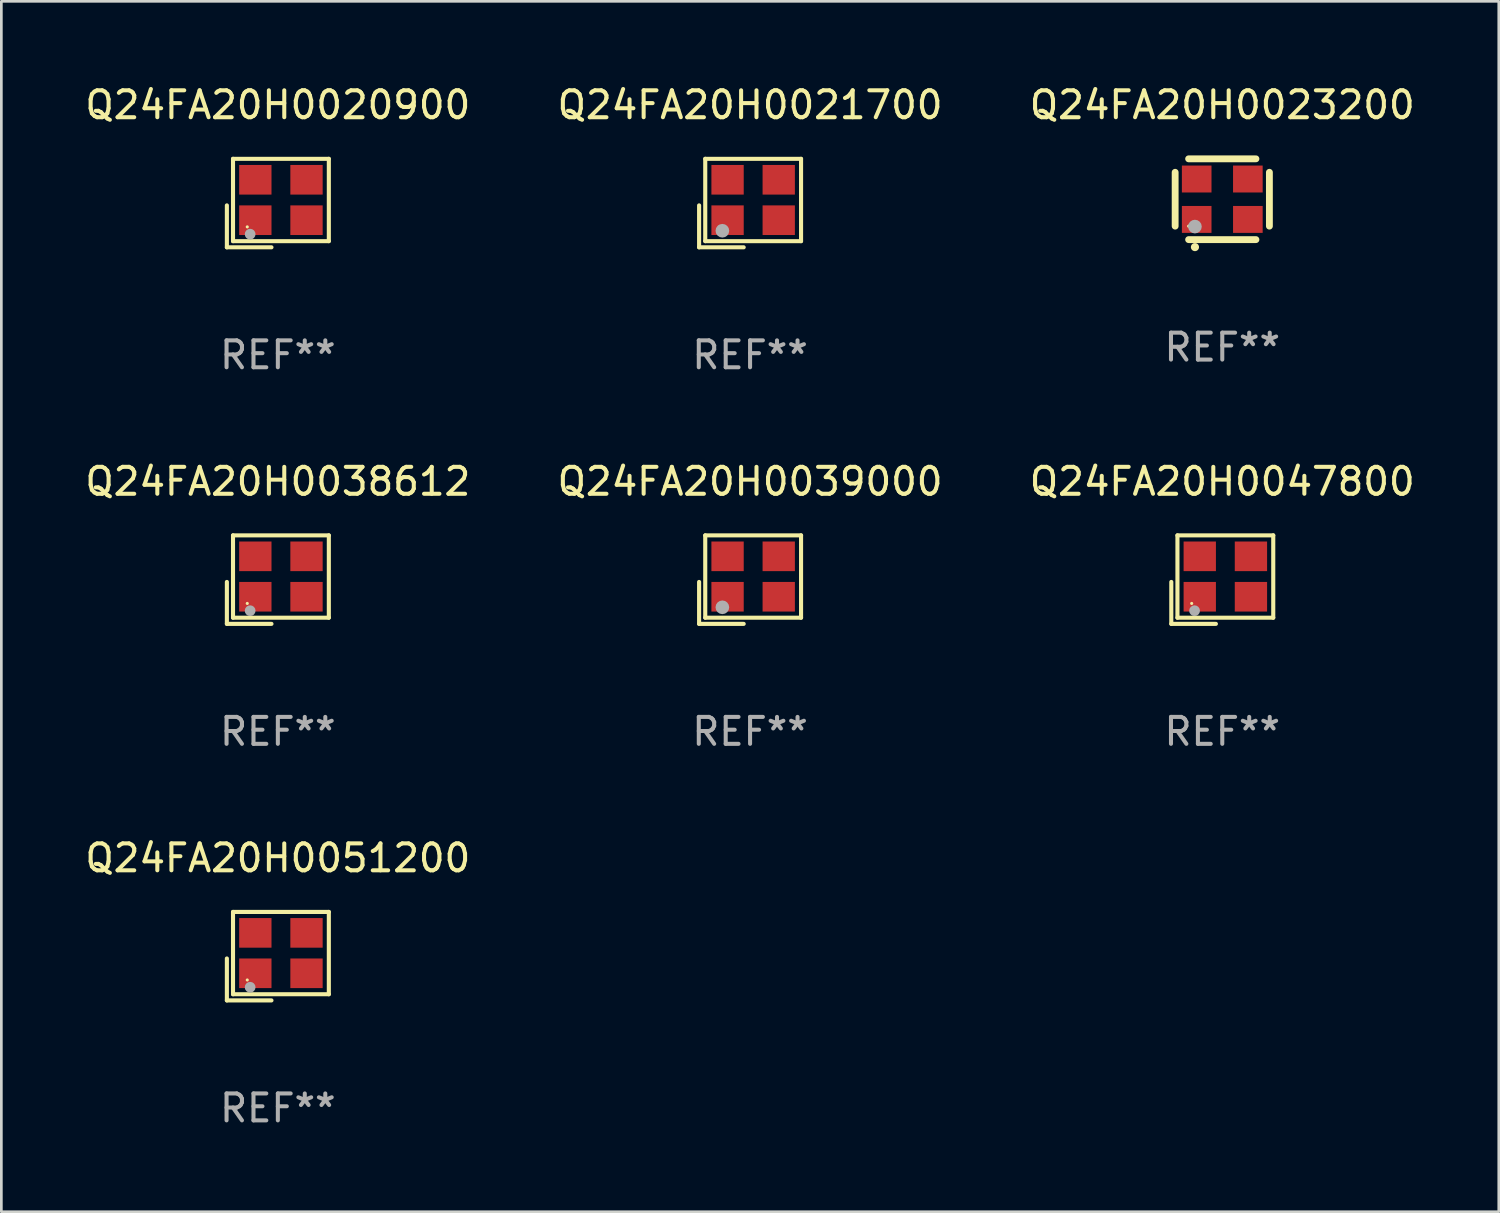
<source format=kicad_pcb>
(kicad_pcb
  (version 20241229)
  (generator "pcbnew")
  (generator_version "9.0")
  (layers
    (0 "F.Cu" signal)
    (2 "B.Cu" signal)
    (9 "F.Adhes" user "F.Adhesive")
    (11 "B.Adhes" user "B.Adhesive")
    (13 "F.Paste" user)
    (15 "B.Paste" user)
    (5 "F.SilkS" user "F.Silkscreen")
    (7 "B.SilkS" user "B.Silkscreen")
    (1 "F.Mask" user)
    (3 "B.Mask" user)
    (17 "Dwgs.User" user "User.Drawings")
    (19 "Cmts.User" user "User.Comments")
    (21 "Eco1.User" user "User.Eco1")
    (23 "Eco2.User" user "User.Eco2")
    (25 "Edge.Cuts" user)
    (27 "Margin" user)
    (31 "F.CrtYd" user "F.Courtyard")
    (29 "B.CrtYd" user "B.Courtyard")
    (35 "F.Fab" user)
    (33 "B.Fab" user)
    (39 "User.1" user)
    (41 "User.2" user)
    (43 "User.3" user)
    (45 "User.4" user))
  (footprint "Q24FA20H0047800"
    (layer "F.Cu")
    (at 42.339 18.474)
    (property "Reference" "Q24FA20H0047800" (at 0 -3.643 0) (layer "F.SilkS") (effects (font (size 1 1) (thickness 0.15))))
    (attr through_hole)
    (fp_line (start -1.893 0.086) (end -1.893 1.643) (stroke (width 0.152) (type solid)) (layer "F.SilkS"))
    (fp_line (start -1.893 1.643) (end -0.237 1.643) (stroke (width 0.152) (type solid)) (layer "F.SilkS"))
    (fp_line (start -1.665 -1.643) (end 1.893 -1.643) (stroke (width 0.152) (type solid)) (layer "F.SilkS"))
    (fp_line (start -1.665 1.414) (end -1.665 -1.643) (stroke (width 0.152) (type solid)) (layer "F.SilkS"))
    (fp_line (start 1.893 -1.643) (end 1.893 1.414) (stroke (width 0.152) (type solid)) (layer "F.SilkS"))
    (fp_line (start 1.893 1.414) (end -1.665 1.414) (stroke (width 0.152) (type solid)) (layer "F.SilkS"))
    (fp_circle (center -1.136 0.885) (end -1.106 0.885) (stroke (width 0.06) (type solid)) (fill no) (layer "F.SilkS"))
    (fp_circle (center -1.029 1.155) (end -0.929 1.155) (stroke (width 0.2) (type solid)) (fill no) (layer "F.Fab"))
    (fp_text user "REF**" (at 0 5.643 0) (layer "F.Fab") (effects (font (size 1 1) (thickness 0.15))))
    (pad "1" smd rect (at -0.836 0.636) (size 1.2 1.1) (layers "F.Cu" "F.Mask" "F.Paste"))
    (pad "2" smd rect (at 1.064 0.636) (size 1.2 1.1) (layers "F.Cu" "F.Mask" "F.Paste"))
    (pad "3" smd rect (at 1.064 -0.865) (size 1.2 1.1) (layers "F.Cu" "F.Mask" "F.Paste"))
    (pad "4" smd rect (at -0.836 -0.865) (size 1.2 1.1) (layers "F.Cu" "F.Mask" "F.Paste")))
  (footprint "Q24FA20H0020900"
    (layer "F.Cu")
    (at 7.268 4.491)
    (property "Reference" "Q24FA20H0020900" (at 0 -3.643 0) (layer "F.SilkS") (effects (font (size 1 1) (thickness 0.15))))
    (attr through_hole)
    (fp_line (start -1.893 0.086) (end -1.893 1.643) (stroke (width 0.152) (type solid)) (layer "F.SilkS"))
    (fp_line (start -1.893 1.643) (end -0.237 1.643) (stroke (width 0.152) (type solid)) (layer "F.SilkS"))
    (fp_line (start -1.665 -1.643) (end 1.893 -1.643) (stroke (width 0.152) (type solid)) (layer "F.SilkS"))
    (fp_line (start -1.665 1.414) (end -1.665 -1.643) (stroke (width 0.152) (type solid)) (layer "F.SilkS"))
    (fp_line (start 1.893 -1.643) (end 1.893 1.414) (stroke (width 0.152) (type solid)) (layer "F.SilkS"))
    (fp_line (start 1.893 1.414) (end -1.665 1.414) (stroke (width 0.152) (type solid)) (layer "F.SilkS"))
    (fp_circle (center -1.136 0.885) (end -1.106 0.885) (stroke (width 0.06) (type solid)) (fill no) (layer "F.SilkS"))
    (fp_circle (center -1.029 1.155) (end -0.929 1.155) (stroke (width 0.2) (type solid)) (fill no) (layer "F.Fab"))
    (fp_text user "REF**" (at 0 5.643 0) (layer "F.Fab") (effects (font (size 1 1) (thickness 0.15))))
    (pad "1" smd rect (at -0.836 0.636) (size 1.2 1.1) (layers "F.Cu" "F.Mask" "F.Paste"))
    (pad "2" smd rect (at 1.064 0.636) (size 1.2 1.1) (layers "F.Cu" "F.Mask" "F.Paste"))
    (pad "3" smd rect (at 1.064 -0.865) (size 1.2 1.1) (layers "F.Cu" "F.Mask" "F.Paste"))
    (pad "4" smd rect (at -0.836 -0.865) (size 1.2 1.1) (layers "F.Cu" "F.Mask" "F.Paste")))
  (footprint "Q24FA20H0023200"
    (layer "F.Cu")
    (at 42.339 4.348)
    (property "Reference" "Q24FA20H0023200" (at 0 -3.5 0) (layer "F.SilkS") (effects (font (size 1 1) (thickness 0.15))))
    (attr through_hole)
    (fp_line (start -1.75 -1) (end -1.75 1) (stroke (width 0.254) (type solid)) (layer "F.SilkS"))
    (fp_line (start -1.25 -1.5) (end 1.25 -1.5) (stroke (width 0.254) (type solid)) (layer "F.SilkS"))
    (fp_line (start -1.25 1.5) (end 1.25 1.5) (stroke (width 0.254) (type solid)) (layer "F.SilkS"))
    (fp_line (start 1.75 -1) (end 1.75 1) (stroke (width 0.254) (type solid)) (layer "F.SilkS"))
    (fp_arc (start -1.016002 1.778004) (mid -1.014732 1.777999) (end -1.013462 1.778004) (stroke (width 0.3) (type solid)) (layer "F.SilkS"))
    (fp_circle (center -1.25 1) (end -1.22 1) (stroke (width 0.06) (type solid)) (fill no) (layer "F.SilkS"))
    (fp_circle (center -1.016 1.016) (end -0.889 1.016) (stroke (width 0.254) (type solid)) (fill no) (layer "F.Fab"))
    (fp_text user "REF**" (at 0 5.5 0) (layer "F.Fab") (effects (font (size 1 1) (thickness 0.15))))
    (pad "1" smd rect (at -0.95 0.75) (size 1.1 1) (layers "F.Cu" "F.Mask" "F.Paste"))
    (pad "2" smd rect (at 0.95 0.75) (size 1.1 1) (layers "F.Cu" "F.Mask" "F.Paste"))
    (pad "3" smd rect (at 0.95 -0.75) (size 1.1 1) (layers "F.Cu" "F.Mask" "F.Paste"))
    (pad "4" smd rect (at -0.95 -0.75) (size 1.1 1) (layers "F.Cu" "F.Mask" "F.Paste")))
  (footprint "Q24FA20H0038612"
    (layer "F.Cu")
    (at 7.268 18.474)
    (property "Reference" "Q24FA20H0038612" (at 0 -3.643 0) (layer "F.SilkS") (effects (font (size 1 1) (thickness 0.15))))
    (attr through_hole)
    (fp_line (start -1.893 0.086) (end -1.893 1.643) (stroke (width 0.152) (type solid)) (layer "F.SilkS"))
    (fp_line (start -1.893 1.643) (end -0.237 1.643) (stroke (width 0.152) (type solid)) (layer "F.SilkS"))
    (fp_line (start -1.665 -1.643) (end 1.893 -1.643) (stroke (width 0.152) (type solid)) (layer "F.SilkS"))
    (fp_line (start -1.665 1.414) (end -1.665 -1.643) (stroke (width 0.152) (type solid)) (layer "F.SilkS"))
    (fp_line (start 1.893 -1.643) (end 1.893 1.414) (stroke (width 0.152) (type solid)) (layer "F.SilkS"))
    (fp_line (start 1.893 1.414) (end -1.665 1.414) (stroke (width 0.152) (type solid)) (layer "F.SilkS"))
    (fp_circle (center -1.136 0.885) (end -1.106 0.885) (stroke (width 0.06) (type solid)) (fill no) (layer "F.SilkS"))
    (fp_circle (center -1.029 1.155) (end -0.929 1.155) (stroke (width 0.2) (type solid)) (fill no) (layer "F.Fab"))
    (fp_text user "REF**" (at 0 5.643 0) (layer "F.Fab") (effects (font (size 1 1) (thickness 0.15))))
    (pad "1" smd rect (at -0.836 0.636) (size 1.2 1.1) (layers "F.Cu" "F.Mask" "F.Paste"))
    (pad "2" smd rect (at 1.064 0.636) (size 1.2 1.1) (layers "F.Cu" "F.Mask" "F.Paste"))
    (pad "3" smd rect (at 1.064 -0.865) (size 1.2 1.1) (layers "F.Cu" "F.Mask" "F.Paste"))
    (pad "4" smd rect (at -0.836 -0.865) (size 1.2 1.1) (layers "F.Cu" "F.Mask" "F.Paste")))
  (footprint "Q24FA20H0051200"
    (layer "F.Cu")
    (at 7.268 32.457)
    (property "Reference" "Q24FA20H0051200" (at 0 -3.643 0) (layer "F.SilkS") (effects (font (size 1 1) (thickness 0.15))))
    (attr through_hole)
    (fp_line (start -1.893 0.086) (end -1.893 1.643) (stroke (width 0.152) (type solid)) (layer "F.SilkS"))
    (fp_line (start -1.893 1.643) (end -0.237 1.643) (stroke (width 0.152) (type solid)) (layer "F.SilkS"))
    (fp_line (start -1.665 -1.643) (end 1.893 -1.643) (stroke (width 0.152) (type solid)) (layer "F.SilkS"))
    (fp_line (start -1.665 1.414) (end -1.665 -1.643) (stroke (width 0.152) (type solid)) (layer "F.SilkS"))
    (fp_line (start 1.893 -1.643) (end 1.893 1.414) (stroke (width 0.152) (type solid)) (layer "F.SilkS"))
    (fp_line (start 1.893 1.414) (end -1.665 1.414) (stroke (width 0.152) (type solid)) (layer "F.SilkS"))
    (fp_circle (center -1.136 0.885) (end -1.106 0.885) (stroke (width 0.06) (type solid)) (fill no) (layer "F.SilkS"))
    (fp_circle (center -1.029 1.155) (end -0.929 1.155) (stroke (width 0.2) (type solid)) (fill no) (layer "F.Fab"))
    (fp_text user "REF**" (at 0 5.643 0) (layer "F.Fab") (effects (font (size 1 1) (thickness 0.15))))
    (pad "1" smd rect (at -0.836 0.636) (size 1.2 1.1) (layers "F.Cu" "F.Mask" "F.Paste"))
    (pad "2" smd rect (at 1.064 0.636) (size 1.2 1.1) (layers "F.Cu" "F.Mask" "F.Paste"))
    (pad "3" smd rect (at 1.064 -0.865) (size 1.2 1.1) (layers "F.Cu" "F.Mask" "F.Paste"))
    (pad "4" smd rect (at -0.836 -0.865) (size 1.2 1.1) (layers "F.Cu" "F.Mask" "F.Paste")))
  (footprint "Q24FA20H0039000"
    (layer "F.Cu")
    (at 24.804 18.474)
    (property "Reference" "Q24FA20H0039000" (at 0 -3.643 0) (layer "F.SilkS") (effects (font (size 1 1) (thickness 0.15))))
    (attr through_hole)
    (fp_line (start -1.893 0.086) (end -1.893 1.643) (stroke (width 0.152) (type solid)) (layer "F.SilkS"))
    (fp_line (start -1.893 1.643) (end -0.237 1.643) (stroke (width 0.152) (type solid)) (layer "F.SilkS"))
    (fp_line (start -1.665 -1.643) (end 1.893 -1.643) (stroke (width 0.152) (type solid)) (layer "F.SilkS"))
    (fp_line (start -1.665 1.414) (end -1.665 -1.643) (stroke (width 0.152) (type solid)) (layer "F.SilkS"))
    (fp_line (start 1.893 -1.643) (end 1.893 1.414) (stroke (width 0.152) (type solid)) (layer "F.SilkS"))
    (fp_line (start 1.893 1.414) (end -1.665 1.414) (stroke (width 0.152) (type solid)) (layer "F.SilkS"))
    (fp_circle (center -1.136 0.885) (end -1.106 0.885) (stroke (width 0.06) (type solid)) (fill no) (layer "F.SilkS"))
    (fp_circle (center -1.029 1.028) (end -0.902 1.028) (stroke (width 0.254) (type solid)) (fill no) (layer "F.Fab"))
    (fp_text user "REF**" (at 0 5.643 0) (layer "F.Fab") (effects (font (size 1 1) (thickness 0.15))))
    (pad "1" smd rect (at -0.836 0.636) (size 1.2 1.1) (layers "F.Cu" "F.Mask" "F.Paste"))
    (pad "2" smd rect (at 1.064 0.636) (size 1.2 1.1) (layers "F.Cu" "F.Mask" "F.Paste"))
    (pad "3" smd rect (at 1.064 -0.865) (size 1.2 1.1) (layers "F.Cu" "F.Mask" "F.Paste"))
    (pad "4" smd rect (at -0.836 -0.865) (size 1.2 1.1) (layers "F.Cu" "F.Mask" "F.Paste")))
  (footprint "Q24FA20H0021700"
    (layer "F.Cu")
    (at 24.804 4.491)
    (property "Reference" "Q24FA20H0021700" (at 0 -3.643 0) (layer "F.SilkS") (effects (font (size 1 1) (thickness 0.15))))
    (attr through_hole)
    (fp_line (start -1.893 0.086) (end -1.893 1.643) (stroke (width 0.152) (type solid)) (layer "F.SilkS"))
    (fp_line (start -1.893 1.643) (end -0.237 1.643) (stroke (width 0.152) (type solid)) (layer "F.SilkS"))
    (fp_line (start -1.665 -1.643) (end 1.893 -1.643) (stroke (width 0.152) (type solid)) (layer "F.SilkS"))
    (fp_line (start -1.665 1.414) (end -1.665 -1.643) (stroke (width 0.152) (type solid)) (layer "F.SilkS"))
    (fp_line (start 1.893 -1.643) (end 1.893 1.414) (stroke (width 0.152) (type solid)) (layer "F.SilkS"))
    (fp_line (start 1.893 1.414) (end -1.665 1.414) (stroke (width 0.152) (type solid)) (layer "F.SilkS"))
    (fp_circle (center -1.136 0.885) (end -1.106 0.885) (stroke (width 0.06) (type solid)) (fill no) (layer "F.SilkS"))
    (fp_circle (center -1.029 1.028) (end -0.902 1.028) (stroke (width 0.254) (type solid)) (fill no) (layer "F.Fab"))
    (fp_text user "REF**" (at 0 5.643 0) (layer "F.Fab") (effects (font (size 1 1) (thickness 0.15))))
    (pad "1" smd rect (at -0.836 0.636) (size 1.2 1.1) (layers "F.Cu" "F.Mask" "F.Paste"))
    (pad "2" smd rect (at 1.064 0.636) (size 1.2 1.1) (layers "F.Cu" "F.Mask" "F.Paste"))
    (pad "3" smd rect (at 1.064 -0.865) (size 1.2 1.1) (layers "F.Cu" "F.Mask" "F.Paste"))
    (pad "4" smd rect (at -0.836 -0.865) (size 1.2 1.1) (layers "F.Cu" "F.Mask" "F.Paste")))
  (gr_rect
    (start -3 -3)
    (end 52.607 41.948)
    (stroke (width 0.1) (type default))
    (fill no)
    (layer "Edge.Cuts")))
</source>
